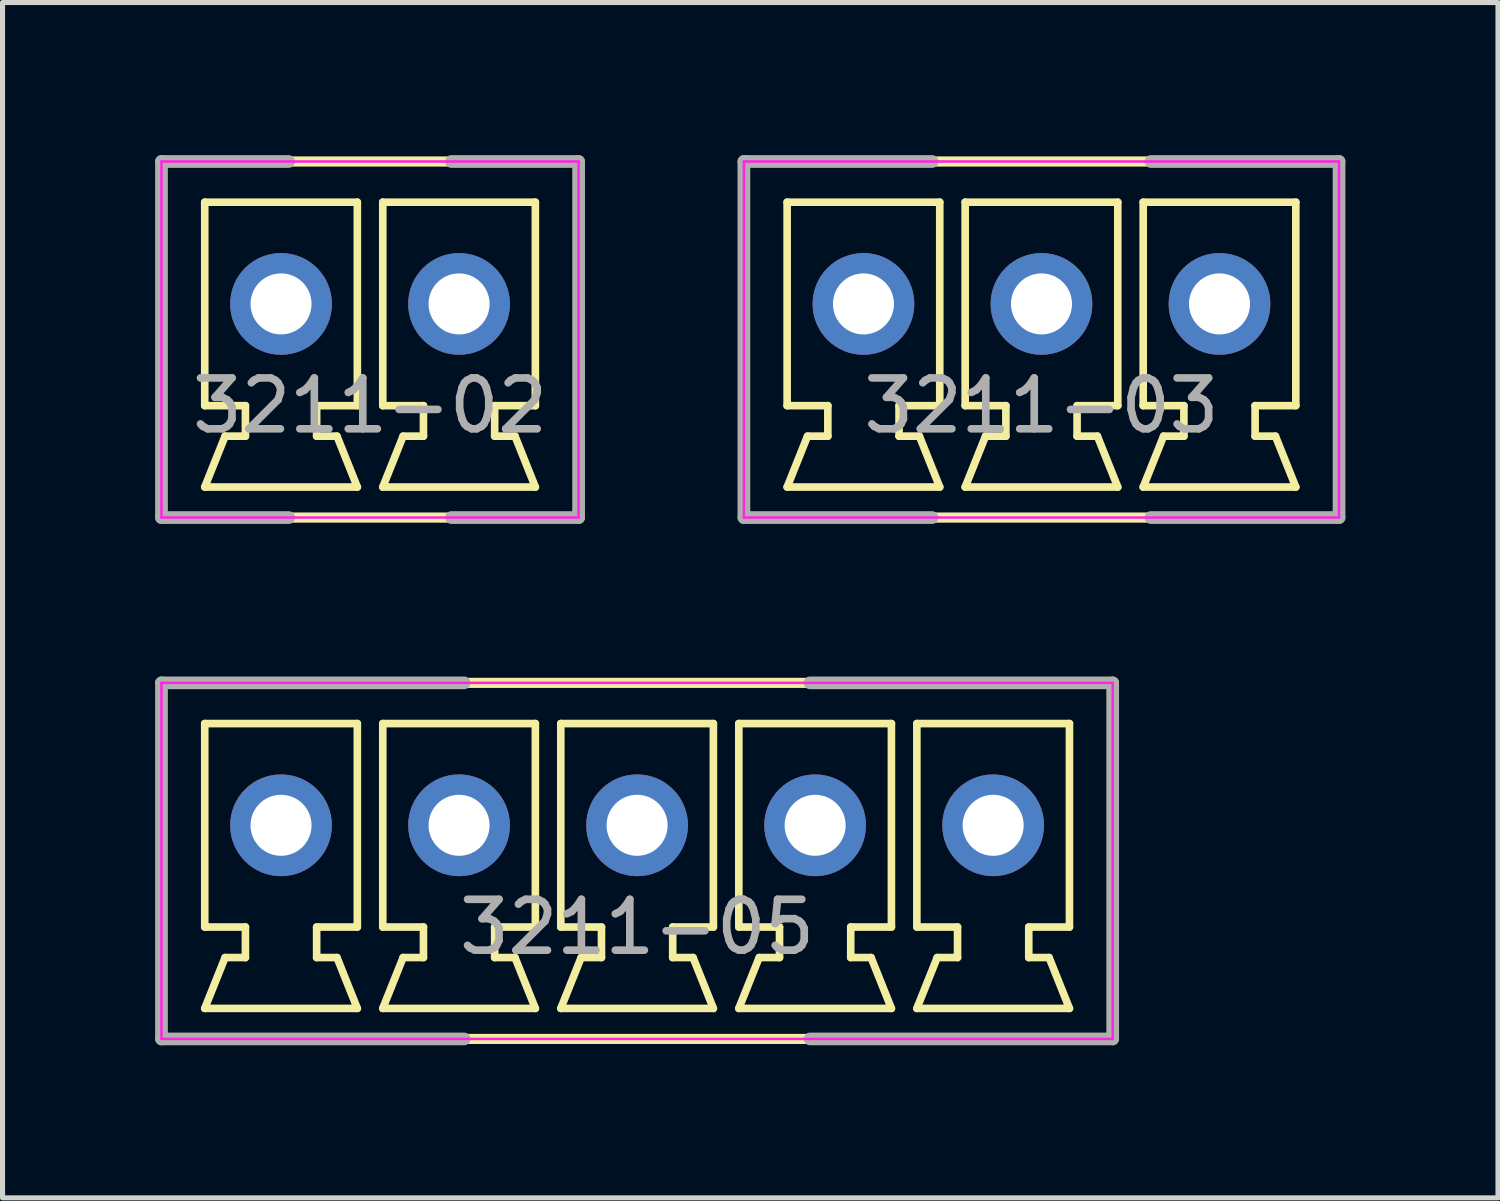
<source format=kicad_pcb>
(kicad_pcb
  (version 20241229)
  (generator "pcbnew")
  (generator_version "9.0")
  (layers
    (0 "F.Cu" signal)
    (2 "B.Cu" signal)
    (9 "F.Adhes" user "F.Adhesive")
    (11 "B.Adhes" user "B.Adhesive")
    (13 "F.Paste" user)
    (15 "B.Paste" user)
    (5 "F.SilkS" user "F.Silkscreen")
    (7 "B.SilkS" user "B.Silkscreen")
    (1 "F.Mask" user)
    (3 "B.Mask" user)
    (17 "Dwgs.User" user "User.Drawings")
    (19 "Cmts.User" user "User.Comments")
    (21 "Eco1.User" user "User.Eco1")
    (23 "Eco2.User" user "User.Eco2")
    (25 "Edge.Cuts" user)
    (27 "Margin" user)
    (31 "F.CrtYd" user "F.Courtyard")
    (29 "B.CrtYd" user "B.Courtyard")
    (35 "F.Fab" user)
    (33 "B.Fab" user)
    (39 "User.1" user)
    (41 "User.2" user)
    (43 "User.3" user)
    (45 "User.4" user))
  (footprint "3211-05"
    (layer "F.Cu")
    (at 9.475 13.175)
    (property "Reference" "3211-05" (at 0 2 180) (layer "F.Fab") (effects (font (size 1 1) (thickness 0.15))))
    (attr through_hole)
    (fp_line (start -9.35 4.2) (end -9.35 -2.8) (stroke (width 0.2) (type solid)) (layer "F.SilkS"))
    (fp_line (start -8.5 -2) (end -8.5 2) (stroke (width 0.15) (type solid)) (layer "F.SilkS"))
    (fp_line (start -8.5 3.6) (end -8.1 2.6) (stroke (width 0.15) (type solid)) (layer "F.SilkS"))
    (fp_line (start -8.1 2.6) (end -7.7 2.6) (stroke (width 0.15) (type solid)) (layer "F.SilkS"))
    (fp_line (start -7.7 2) (end -8.5 2) (stroke (width 0.15) (type solid)) (layer "F.SilkS"))
    (fp_line (start -7.7 2) (end -7.7 2.6) (stroke (width 0.15) (type solid)) (layer "F.SilkS"))
    (fp_line (start -6.3 2) (end -6.3 2.6) (stroke (width 0.15) (type solid)) (layer "F.SilkS"))
    (fp_line (start -6.3 2.6) (end -5.9 2.6) (stroke (width 0.15) (type solid)) (layer "F.SilkS"))
    (fp_line (start -5.9 2.6) (end -5.5 3.6) (stroke (width 0.15) (type solid)) (layer "F.SilkS"))
    (fp_line (start -5.5 -2) (end -8.5 -2) (stroke (width 0.15) (type solid)) (layer "F.SilkS"))
    (fp_line (start -5.5 -2) (end -5.5 2) (stroke (width 0.15) (type solid)) (layer "F.SilkS"))
    (fp_line (start -5.5 2) (end -6.3 2) (stroke (width 0.15) (type solid)) (layer "F.SilkS"))
    (fp_line (start -5.5 3.6) (end -8.5 3.6) (stroke (width 0.15) (type solid)) (layer "F.SilkS"))
    (fp_line (start -5 -2) (end -5 2) (stroke (width 0.15) (type solid)) (layer "F.SilkS"))
    (fp_line (start -5 3.6) (end -4.6 2.6) (stroke (width 0.15) (type solid)) (layer "F.SilkS"))
    (fp_line (start -4.6 2.6) (end -4.2 2.6) (stroke (width 0.15) (type solid)) (layer "F.SilkS"))
    (fp_line (start -4.2 2) (end -5 2) (stroke (width 0.15) (type solid)) (layer "F.SilkS"))
    (fp_line (start -4.2 2) (end -4.2 2.6) (stroke (width 0.15) (type solid)) (layer "F.SilkS"))
    (fp_line (start -2.8 2) (end -2.8 2.6) (stroke (width 0.15) (type solid)) (layer "F.SilkS"))
    (fp_line (start -2.8 2.6) (end -2.4 2.6) (stroke (width 0.15) (type solid)) (layer "F.SilkS"))
    (fp_line (start -2.4 2.6) (end -2 3.6) (stroke (width 0.15) (type solid)) (layer "F.SilkS"))
    (fp_line (start -2 -2) (end -5 -2) (stroke (width 0.15) (type solid)) (layer "F.SilkS"))
    (fp_line (start -2 -2) (end -2 2) (stroke (width 0.15) (type solid)) (layer "F.SilkS"))
    (fp_line (start -2 2) (end -2.8 2) (stroke (width 0.15) (type solid)) (layer "F.SilkS"))
    (fp_line (start -2 3.6) (end -5 3.6) (stroke (width 0.15) (type solid)) (layer "F.SilkS"))
    (fp_line (start -1.5 -2) (end -1.5 2) (stroke (width 0.15) (type solid)) (layer "F.SilkS"))
    (fp_line (start -1.5 3.6) (end -1.1 2.6) (stroke (width 0.15) (type solid)) (layer "F.SilkS"))
    (fp_line (start -1.1 2.6) (end -0.7 2.6) (stroke (width 0.15) (type solid)) (layer "F.SilkS"))
    (fp_line (start -0.7 2) (end -1.5 2) (stroke (width 0.15) (type solid)) (layer "F.SilkS"))
    (fp_line (start -0.7 2) (end -0.7 2.6) (stroke (width 0.15) (type solid)) (layer "F.SilkS"))
    (fp_line (start 0.7 2) (end 0.7 2.6) (stroke (width 0.15) (type solid)) (layer "F.SilkS"))
    (fp_line (start 0.7 2.6) (end 1.1 2.6) (stroke (width 0.15) (type solid)) (layer "F.SilkS"))
    (fp_line (start 1.1 2.6) (end 1.5 3.6) (stroke (width 0.15) (type solid)) (layer "F.SilkS"))
    (fp_line (start 1.5 -2) (end -1.5 -2) (stroke (width 0.15) (type solid)) (layer "F.SilkS"))
    (fp_line (start 1.5 -2) (end 1.5 2) (stroke (width 0.15) (type solid)) (layer "F.SilkS"))
    (fp_line (start 1.5 2) (end 0.7 2) (stroke (width 0.15) (type solid)) (layer "F.SilkS"))
    (fp_line (start 1.5 3.6) (end -1.5 3.6) (stroke (width 0.15) (type solid)) (layer "F.SilkS"))
    (fp_line (start 2 -2) (end 2 2) (stroke (width 0.15) (type solid)) (layer "F.SilkS"))
    (fp_line (start 2 3.6) (end 2.4 2.6) (stroke (width 0.15) (type solid)) (layer "F.SilkS"))
    (fp_line (start 2.4 2.6) (end 2.8 2.6) (stroke (width 0.15) (type solid)) (layer "F.SilkS"))
    (fp_line (start 2.8 2) (end 2 2) (stroke (width 0.15) (type solid)) (layer "F.SilkS"))
    (fp_line (start 2.8 2) (end 2.8 2.6) (stroke (width 0.15) (type solid)) (layer "F.SilkS"))
    (fp_line (start 4.2 2) (end 4.2 2.6) (stroke (width 0.15) (type solid)) (layer "F.SilkS"))
    (fp_line (start 4.2 2.6) (end 4.6 2.6) (stroke (width 0.15) (type solid)) (layer "F.SilkS"))
    (fp_line (start 4.6 2.6) (end 5 3.6) (stroke (width 0.15) (type solid)) (layer "F.SilkS"))
    (fp_line (start 5 -2) (end 2 -2) (stroke (width 0.15) (type solid)) (layer "F.SilkS"))
    (fp_line (start 5 -2) (end 5 2) (stroke (width 0.15) (type solid)) (layer "F.SilkS"))
    (fp_line (start 5 2) (end 4.2 2) (stroke (width 0.15) (type solid)) (layer "F.SilkS"))
    (fp_line (start 5 3.6) (end 2 3.6) (stroke (width 0.15) (type solid)) (layer "F.SilkS"))
    (fp_line (start 5.5 -2) (end 5.5 2) (stroke (width 0.15) (type solid)) (layer "F.SilkS"))
    (fp_line (start 5.5 3.6) (end 5.9 2.6) (stroke (width 0.15) (type solid)) (layer "F.SilkS"))
    (fp_line (start 5.9 2.6) (end 6.3 2.6) (stroke (width 0.15) (type solid)) (layer "F.SilkS"))
    (fp_line (start 6.3 2) (end 5.5 2) (stroke (width 0.15) (type solid)) (layer "F.SilkS"))
    (fp_line (start 6.3 2) (end 6.3 2.6) (stroke (width 0.15) (type solid)) (layer "F.SilkS"))
    (fp_line (start 7.7 2) (end 7.7 2.6) (stroke (width 0.15) (type solid)) (layer "F.SilkS"))
    (fp_line (start 7.7 2.6) (end 8.1 2.6) (stroke (width 0.15) (type solid)) (layer "F.SilkS"))
    (fp_line (start 8.1 2.6) (end 8.5 3.6) (stroke (width 0.15) (type solid)) (layer "F.SilkS"))
    (fp_line (start 8.5 -2) (end 5.5 -2) (stroke (width 0.15) (type solid)) (layer "F.SilkS"))
    (fp_line (start 8.5 -2) (end 8.5 2) (stroke (width 0.15) (type solid)) (layer "F.SilkS"))
    (fp_line (start 8.5 2) (end 7.7 2) (stroke (width 0.15) (type solid)) (layer "F.SilkS"))
    (fp_line (start 8.5 3.6) (end 5.5 3.6) (stroke (width 0.15) (type solid)) (layer "F.SilkS"))
    (fp_line (start 9.35 -2.8) (end -9.35 -2.8) (stroke (width 0.2) (type solid)) (layer "F.SilkS"))
    (fp_line (start 9.35 4.2) (end -9.35 4.2) (stroke (width 0.2) (type solid)) (layer "F.SilkS"))
    (fp_line (start 9.35 4.2) (end 9.35 -2.8) (stroke (width 0.2) (type solid)) (layer "F.SilkS"))
    (fp_line (start -9.35 4.2) (end -9.35 -2.8) (stroke (width 0.05) (type solid)) (layer "F.CrtYd"))
    (fp_line (start 9.35 -2.8) (end -9.35 -2.8) (stroke (width 0.05) (type solid)) (layer "F.CrtYd"))
    (fp_line (start 9.35 4.2) (end -9.35 4.2) (stroke (width 0.05) (type solid)) (layer "F.CrtYd"))
    (fp_line (start 9.35 4.2) (end 9.35 -2.8) (stroke (width 0.05) (type solid)) (layer "F.CrtYd"))
    (fp_line (start -9.35 -2.8) (end -3.4 -2.8) (stroke (width 0.25) (type solid)) (layer "F.Fab"))
    (fp_line (start -9.35 4.2) (end -9.35 -2.8) (stroke (width 0.25) (type solid)) (layer "F.Fab"))
    (fp_line (start -9.35 4.2) (end -3.4 4.2) (stroke (width 0.25) (type solid)) (layer "F.Fab"))
    (fp_line (start 3.4 -2.8) (end 9.35 -2.8) (stroke (width 0.25) (type solid)) (layer "F.Fab"))
    (fp_line (start 3.4 4.2) (end 9.35 4.2) (stroke (width 0.25) (type solid)) (layer "F.Fab"))
    (fp_line (start 9.35 4.2) (end 9.35 -2.8) (stroke (width 0.25) (type solid)) (layer "F.Fab"))
    (pad "1" thru_hole circle (at -7 0) (size 2 2) (drill 1.2) (layers "*.Cu" "*.Mask"))
    (pad "2" thru_hole circle (at -3.5 0) (size 2 2) (drill 1.2) (layers "*.Cu" "*.Mask"))
    (pad "3" thru_hole circle (at 0 0) (size 2 2) (drill 1.2) (layers "*.Cu" "*.Mask"))
    (pad "4" thru_hole circle (at 3.5 0) (size 2 2) (drill 1.2) (layers "*.Cu" "*.Mask"))
    (pad "5" thru_hole circle (at 7 0) (size 2 2) (drill 1.2) (layers "*.Cu" "*.Mask")))
  (footprint "3211-02"
    (layer "F.Cu")
    (at 4.225 2.925)
    (property "Reference" "3211-02" (at 0 2 180) (layer "F.Fab") (effects (font (size 1 1) (thickness 0.15))))
    (attr through_hole)
    (fp_line (start -4.1 4.2) (end -4.1 -2.8) (stroke (width 0.2) (type solid)) (layer "F.SilkS"))
    (fp_line (start -3.25 -2) (end -3.25 2) (stroke (width 0.15) (type solid)) (layer "F.SilkS"))
    (fp_line (start -3.25 3.6) (end -2.85 2.6) (stroke (width 0.15) (type solid)) (layer "F.SilkS"))
    (fp_line (start -2.85 2.6) (end -2.45 2.6) (stroke (width 0.15) (type solid)) (layer "F.SilkS"))
    (fp_line (start -2.45 2) (end -3.25 2) (stroke (width 0.15) (type solid)) (layer "F.SilkS"))
    (fp_line (start -2.45 2) (end -2.45 2.6) (stroke (width 0.15) (type solid)) (layer "F.SilkS"))
    (fp_line (start -1.05 2) (end -1.05 2.6) (stroke (width 0.15) (type solid)) (layer "F.SilkS"))
    (fp_line (start -1.05 2.6) (end -0.65 2.6) (stroke (width 0.15) (type solid)) (layer "F.SilkS"))
    (fp_line (start -0.65 2.6) (end -0.25 3.6) (stroke (width 0.15) (type solid)) (layer "F.SilkS"))
    (fp_line (start -0.25 -2) (end -3.25 -2) (stroke (width 0.15) (type solid)) (layer "F.SilkS"))
    (fp_line (start -0.25 -2) (end -0.25 2) (stroke (width 0.15) (type solid)) (layer "F.SilkS"))
    (fp_line (start -0.25 2) (end -1.05 2) (stroke (width 0.15) (type solid)) (layer "F.SilkS"))
    (fp_line (start -0.25 3.6) (end -3.25 3.6) (stroke (width 0.15) (type solid)) (layer "F.SilkS"))
    (fp_line (start 0.25 -2) (end 0.25 2) (stroke (width 0.15) (type solid)) (layer "F.SilkS"))
    (fp_line (start 0.25 3.6) (end 0.65 2.6) (stroke (width 0.15) (type solid)) (layer "F.SilkS"))
    (fp_line (start 0.65 2.6) (end 1.05 2.6) (stroke (width 0.15) (type solid)) (layer "F.SilkS"))
    (fp_line (start 1.05 2) (end 0.25 2) (stroke (width 0.15) (type solid)) (layer "F.SilkS"))
    (fp_line (start 1.05 2) (end 1.05 2.6) (stroke (width 0.15) (type solid)) (layer "F.SilkS"))
    (fp_line (start 2.45 2) (end 2.45 2.6) (stroke (width 0.15) (type solid)) (layer "F.SilkS"))
    (fp_line (start 2.45 2.6) (end 2.85 2.6) (stroke (width 0.15) (type solid)) (layer "F.SilkS"))
    (fp_line (start 2.85 2.6) (end 3.25 3.6) (stroke (width 0.15) (type solid)) (layer "F.SilkS"))
    (fp_line (start 3.25 -2) (end 0.25 -2) (stroke (width 0.15) (type solid)) (layer "F.SilkS"))
    (fp_line (start 3.25 -2) (end 3.25 2) (stroke (width 0.15) (type solid)) (layer "F.SilkS"))
    (fp_line (start 3.25 2) (end 2.45 2) (stroke (width 0.15) (type solid)) (layer "F.SilkS"))
    (fp_line (start 3.25 3.6) (end 0.25 3.6) (stroke (width 0.15) (type solid)) (layer "F.SilkS"))
    (fp_line (start 4.1 -2.8) (end -4.1 -2.8) (stroke (width 0.2) (type solid)) (layer "F.SilkS"))
    (fp_line (start 4.1 4.2) (end -4.1 4.2) (stroke (width 0.2) (type solid)) (layer "F.SilkS"))
    (fp_line (start 4.1 4.2) (end 4.1 -2.8) (stroke (width 0.2) (type solid)) (layer "F.SilkS"))
    (fp_line (start -4.1 4.2) (end -4.1 -2.8) (stroke (width 0.05) (type solid)) (layer "F.CrtYd"))
    (fp_line (start 4.1 -2.8) (end -4.1 -2.8) (stroke (width 0.05) (type solid)) (layer "F.CrtYd"))
    (fp_line (start 4.1 4.2) (end -4.1 4.2) (stroke (width 0.05) (type solid)) (layer "F.CrtYd"))
    (fp_line (start 4.1 4.2) (end 4.1 -2.8) (stroke (width 0.05) (type solid)) (layer "F.CrtYd"))
    (fp_line (start -4.1 -2.8) (end -1.6 -2.8) (stroke (width 0.25) (type solid)) (layer "F.Fab"))
    (fp_line (start -4.1 4.2) (end -4.1 -2.8) (stroke (width 0.25) (type solid)) (layer "F.Fab"))
    (fp_line (start -4.1 4.2) (end -1.6 4.2) (stroke (width 0.25) (type solid)) (layer "F.Fab"))
    (fp_line (start 1.6 -2.8) (end 4.1 -2.8) (stroke (width 0.25) (type solid)) (layer "F.Fab"))
    (fp_line (start 1.6 4.2) (end 4.1 4.2) (stroke (width 0.25) (type solid)) (layer "F.Fab"))
    (fp_line (start 4.1 4.2) (end 4.1 -2.8) (stroke (width 0.25) (type solid)) (layer "F.Fab"))
    (pad "1" thru_hole circle (at -1.75 0) (size 2 2) (drill 1.2) (layers "*.Cu" "*.Mask"))
    (pad "2" thru_hole circle (at 1.75 0) (size 2 2) (drill 1.2) (layers "*.Cu" "*.Mask")))
  (footprint "3211-03"
    (layer "F.Cu")
    (at 17.425 2.925)
    (property "Reference" "3211-03" (at 0 2 180) (layer "F.Fab") (effects (font (size 1 1) (thickness 0.15))))
    (attr through_hole)
    (fp_line (start -5.85 4.2) (end -5.85 -2.8) (stroke (width 0.2) (type solid)) (layer "F.SilkS"))
    (fp_line (start -5 -2) (end -5 2) (stroke (width 0.15) (type solid)) (layer "F.SilkS"))
    (fp_line (start -5 3.6) (end -4.6 2.6) (stroke (width 0.15) (type solid)) (layer "F.SilkS"))
    (fp_line (start -4.6 2.6) (end -4.2 2.6) (stroke (width 0.15) (type solid)) (layer "F.SilkS"))
    (fp_line (start -4.2 2) (end -5 2) (stroke (width 0.15) (type solid)) (layer "F.SilkS"))
    (fp_line (start -4.2 2) (end -4.2 2.6) (stroke (width 0.15) (type solid)) (layer "F.SilkS"))
    (fp_line (start -2.8 2) (end -2.8 2.6) (stroke (width 0.15) (type solid)) (layer "F.SilkS"))
    (fp_line (start -2.8 2.6) (end -2.4 2.6) (stroke (width 0.15) (type solid)) (layer "F.SilkS"))
    (fp_line (start -2.4 2.6) (end -2 3.6) (stroke (width 0.15) (type solid)) (layer "F.SilkS"))
    (fp_line (start -2 -2) (end -5 -2) (stroke (width 0.15) (type solid)) (layer "F.SilkS"))
    (fp_line (start -2 -2) (end -2 2) (stroke (width 0.15) (type solid)) (layer "F.SilkS"))
    (fp_line (start -2 2) (end -2.8 2) (stroke (width 0.15) (type solid)) (layer "F.SilkS"))
    (fp_line (start -2 3.6) (end -5 3.6) (stroke (width 0.15) (type solid)) (layer "F.SilkS"))
    (fp_line (start -1.5 -2) (end -1.5 2) (stroke (width 0.15) (type solid)) (layer "F.SilkS"))
    (fp_line (start -1.5 3.6) (end -1.1 2.6) (stroke (width 0.15) (type solid)) (layer "F.SilkS"))
    (fp_line (start -1.1 2.6) (end -0.7 2.6) (stroke (width 0.15) (type solid)) (layer "F.SilkS"))
    (fp_line (start -0.7 2) (end -1.5 2) (stroke (width 0.15) (type solid)) (layer "F.SilkS"))
    (fp_line (start -0.7 2) (end -0.7 2.6) (stroke (width 0.15) (type solid)) (layer "F.SilkS"))
    (fp_line (start 0.7 2) (end 0.7 2.6) (stroke (width 0.15) (type solid)) (layer "F.SilkS"))
    (fp_line (start 0.7 2.6) (end 1.1 2.6) (stroke (width 0.15) (type solid)) (layer "F.SilkS"))
    (fp_line (start 1.1 2.6) (end 1.5 3.6) (stroke (width 0.15) (type solid)) (layer "F.SilkS"))
    (fp_line (start 1.5 -2) (end -1.5 -2) (stroke (width 0.15) (type solid)) (layer "F.SilkS"))
    (fp_line (start 1.5 -2) (end 1.5 2) (stroke (width 0.15) (type solid)) (layer "F.SilkS"))
    (fp_line (start 1.5 2) (end 0.7 2) (stroke (width 0.15) (type solid)) (layer "F.SilkS"))
    (fp_line (start 1.5 3.6) (end -1.5 3.6) (stroke (width 0.15) (type solid)) (layer "F.SilkS"))
    (fp_line (start 2 -2) (end 2 2) (stroke (width 0.15) (type solid)) (layer "F.SilkS"))
    (fp_line (start 2 3.6) (end 2.4 2.6) (stroke (width 0.15) (type solid)) (layer "F.SilkS"))
    (fp_line (start 2.4 2.6) (end 2.8 2.6) (stroke (width 0.15) (type solid)) (layer "F.SilkS"))
    (fp_line (start 2.8 2) (end 2 2) (stroke (width 0.15) (type solid)) (layer "F.SilkS"))
    (fp_line (start 2.8 2) (end 2.8 2.6) (stroke (width 0.15) (type solid)) (layer "F.SilkS"))
    (fp_line (start 4.2 2) (end 4.2 2.6) (stroke (width 0.15) (type solid)) (layer "F.SilkS"))
    (fp_line (start 4.2 2.6) (end 4.6 2.6) (stroke (width 0.15) (type solid)) (layer "F.SilkS"))
    (fp_line (start 4.6 2.6) (end 5 3.6) (stroke (width 0.15) (type solid)) (layer "F.SilkS"))
    (fp_line (start 5 -2) (end 2 -2) (stroke (width 0.15) (type solid)) (layer "F.SilkS"))
    (fp_line (start 5 -2) (end 5 2) (stroke (width 0.15) (type solid)) (layer "F.SilkS"))
    (fp_line (start 5 2) (end 4.2 2) (stroke (width 0.15) (type solid)) (layer "F.SilkS"))
    (fp_line (start 5 3.6) (end 2 3.6) (stroke (width 0.15) (type solid)) (layer "F.SilkS"))
    (fp_line (start 5.85 -2.8) (end -5.85 -2.8) (stroke (width 0.2) (type solid)) (layer "F.SilkS"))
    (fp_line (start 5.85 4.2) (end -5.85 4.2) (stroke (width 0.2) (type solid)) (layer "F.SilkS"))
    (fp_line (start 5.85 4.2) (end 5.85 -2.8) (stroke (width 0.2) (type solid)) (layer "F.SilkS"))
    (fp_line (start -5.85 4.2) (end -5.85 -2.8) (stroke (width 0.05) (type solid)) (layer "F.CrtYd"))
    (fp_line (start 5.85 -2.8) (end -5.85 -2.8) (stroke (width 0.05) (type solid)) (layer "F.CrtYd"))
    (fp_line (start 5.85 4.2) (end -5.85 4.2) (stroke (width 0.05) (type solid)) (layer "F.CrtYd"))
    (fp_line (start 5.85 4.2) (end 5.85 -2.8) (stroke (width 0.05) (type solid)) (layer "F.CrtYd"))
    (fp_line (start -5.85 4.2) (end -5.85 -2.8) (stroke (width 0.25) (type solid)) (layer "F.Fab"))
    (fp_line (start -2.15 -2.8) (end -5.85 -2.8) (stroke (width 0.25) (type solid)) (layer "F.Fab"))
    (fp_line (start -2.15 4.2) (end -5.85 4.2) (stroke (width 0.25) (type solid)) (layer "F.Fab"))
    (fp_line (start 5.85 -2.8) (end 2.15 -2.8) (stroke (width 0.25) (type solid)) (layer "F.Fab"))
    (fp_line (start 5.85 4.2) (end 2.15 4.2) (stroke (width 0.25) (type solid)) (layer "F.Fab"))
    (fp_line (start 5.85 4.2) (end 5.85 -2.8) (stroke (width 0.25) (type solid)) (layer "F.Fab"))
    (pad "1" thru_hole circle (at -3.5 0) (size 2 2) (drill 1.2) (layers "*.Cu" "*.Mask"))
    (pad "2" thru_hole circle (at 0 0) (size 2 2) (drill 1.2) (layers "*.Cu" "*.Mask"))
    (pad "3" thru_hole circle (at 3.5 0) (size 2 2) (drill 1.2) (layers "*.Cu" "*.Mask")))
  (gr_rect
    (start -3 -3)
    (end 26.4 20.5)
    (stroke (width 0.1) (type default))
    (fill no)
    (layer "Edge.Cuts")))
</source>
